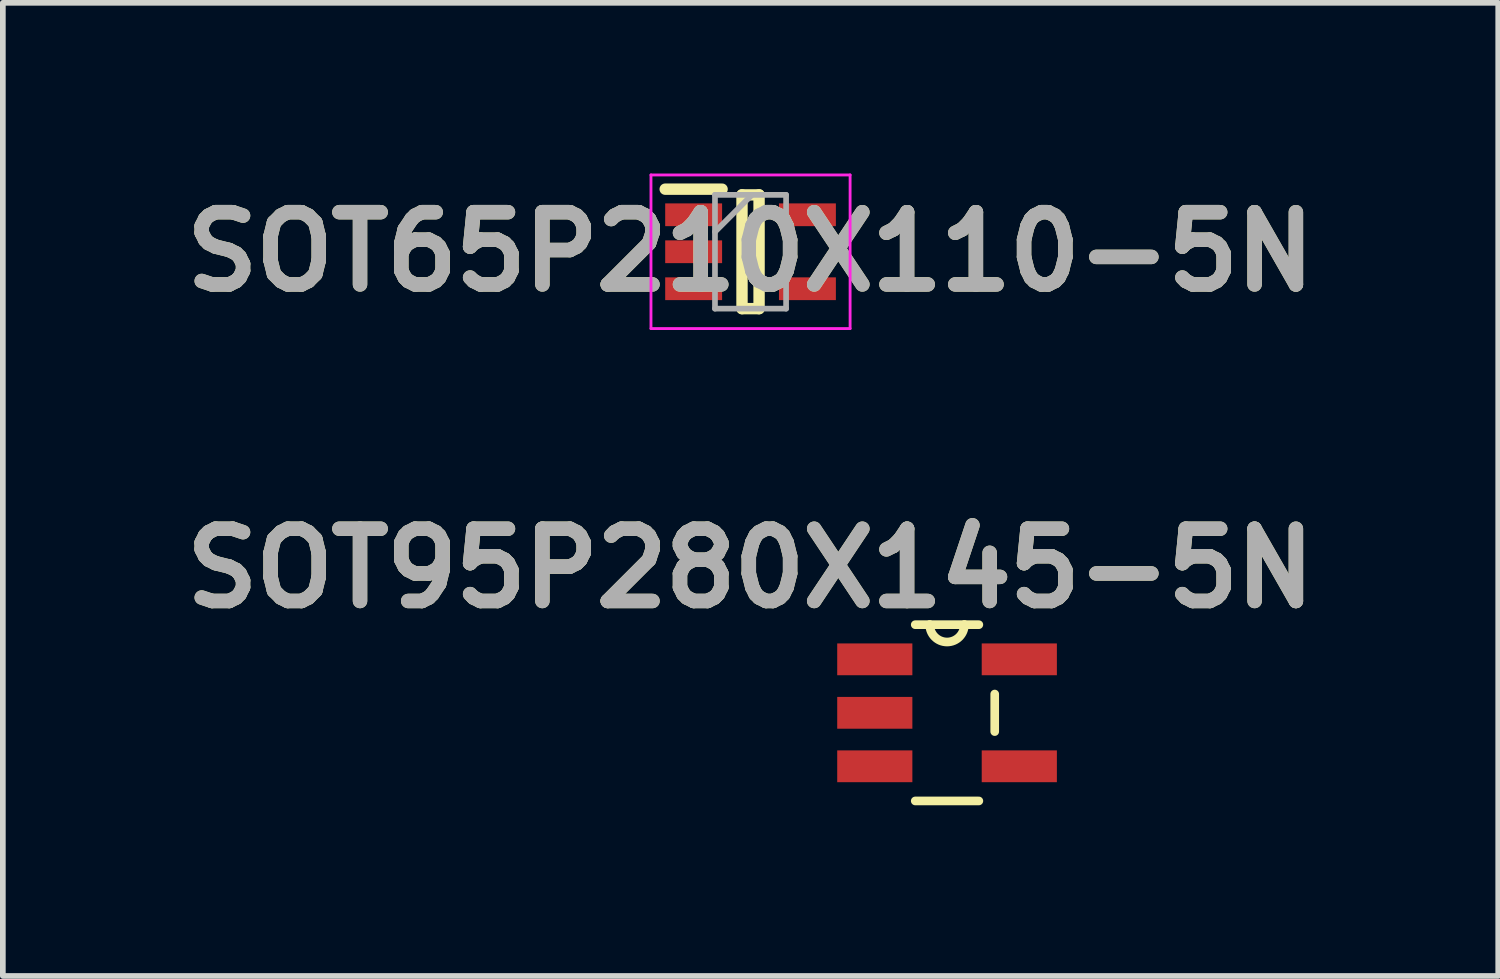
<source format=kicad_pcb>
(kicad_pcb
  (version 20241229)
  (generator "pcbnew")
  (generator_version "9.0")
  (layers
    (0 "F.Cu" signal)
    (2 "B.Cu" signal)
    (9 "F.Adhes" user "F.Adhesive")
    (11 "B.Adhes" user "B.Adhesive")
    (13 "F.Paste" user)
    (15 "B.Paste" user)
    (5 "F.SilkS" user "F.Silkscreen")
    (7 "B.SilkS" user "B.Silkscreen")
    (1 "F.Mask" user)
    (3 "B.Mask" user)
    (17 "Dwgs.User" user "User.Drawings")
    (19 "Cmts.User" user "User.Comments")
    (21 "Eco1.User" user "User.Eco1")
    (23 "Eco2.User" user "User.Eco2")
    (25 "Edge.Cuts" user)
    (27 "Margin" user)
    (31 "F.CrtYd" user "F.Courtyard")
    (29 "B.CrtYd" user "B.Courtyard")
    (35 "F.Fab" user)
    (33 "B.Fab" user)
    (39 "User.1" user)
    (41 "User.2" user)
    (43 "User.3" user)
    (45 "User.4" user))
  (footprint "SOT65P210X110-5N"
    (layer "F.Cu")
    (at 10.142 1.375)
    (property "Reference" "SOT65P210X110-5N" (at 0 0 0) (layer "F.SilkS") (effects (font (size 1.27 1.27) (thickness 0.254))))
    (attr smd)
    (fp_line (start -1.5 -1.1) (end -0.5 -1.1) (stroke (width 0.2) (type solid)) (layer "F.SilkS"))
    (fp_line (start -0.15 -1) (end 0.15 -1) (stroke (width 0.2) (type solid)) (layer "F.SilkS"))
    (fp_line (start -0.15 1) (end -0.15 -1) (stroke (width 0.2) (type solid)) (layer "F.SilkS"))
    (fp_line (start 0.15 -1) (end 0.15 1) (stroke (width 0.2) (type solid)) (layer "F.SilkS"))
    (fp_line (start 0.15 1) (end -0.15 1) (stroke (width 0.2) (type solid)) (layer "F.SilkS"))
    (fp_line (start -1.75 -1.35) (end 1.75 -1.35) (stroke (width 0.05) (type solid)) (layer "F.CrtYd"))
    (fp_line (start -1.75 1.35) (end -1.75 -1.35) (stroke (width 0.05) (type solid)) (layer "F.CrtYd"))
    (fp_line (start 1.75 -1.35) (end 1.75 1.35) (stroke (width 0.05) (type solid)) (layer "F.CrtYd"))
    (fp_line (start 1.75 1.35) (end -1.75 1.35) (stroke (width 0.05) (type solid)) (layer "F.CrtYd"))
    (fp_line (start -0.625 -1) (end 0.625 -1) (stroke (width 0.1) (type solid)) (layer "F.Fab"))
    (fp_line (start -0.625 -0.35) (end 0.025 -1) (stroke (width 0.1) (type solid)) (layer "F.Fab"))
    (fp_line (start -0.625 1) (end -0.625 -1) (stroke (width 0.1) (type solid)) (layer "F.Fab"))
    (fp_line (start 0.625 -1) (end 0.625 1) (stroke (width 0.1) (type solid)) (layer "F.Fab"))
    (fp_line (start 0.625 1) (end -0.625 1) (stroke (width 0.1) (type solid)) (layer "F.Fab"))
    (fp_text user "${REFERENCE}" (at 0 0 0) (layer "F.Fab") (effects (font (size 1.27 1.27) (thickness 0.254))))
    (pad "1" smd rect (at -1 -0.65 90) (size 0.4 1) (layers "F.Cu" "F.Mask" "F.Paste"))
    (pad "2" smd rect (at -1 0 90) (size 0.4 1) (layers "F.Cu" "F.Mask" "F.Paste"))
    (pad "3" smd rect (at -1 0.65 90) (size 0.4 1) (layers "F.Cu" "F.Mask" "F.Paste"))
    (pad "4" smd rect (at 1 0.65 90) (size 0.4 1) (layers "F.Cu" "F.Mask" "F.Paste"))
    (pad "5" smd rect (at 1 -0.65 90) (size 0.4 1) (layers "F.Cu" "F.Mask" "F.Paste")))
  (footprint "SOT95P280X145-5N"
    (layer "F.Cu")
    (at 13.596 9.479)
    (property "Reference" "SOT95P280X145-5N" (at -3.454 -2.54 0) (layer "F.SilkS") (effects (font (size 1.27 1.27) (thickness 0.254))))
    (attr smd)
    (fp_line (start -0.559 1.549) (end 0.559 1.549) (stroke (width 0.152) (type solid)) (layer "F.SilkS"))
    (fp_line (start -0.305 -1.549) (end -0.559 -1.549) (stroke (width 0.152) (type solid)) (layer "F.SilkS"))
    (fp_line (start 0.305 -1.549) (end -0.305 -1.549) (stroke (width 0.152) (type solid)) (layer "F.SilkS"))
    (fp_line (start 0.559 -1.549) (end 0.305 -1.549) (stroke (width 0.152) (type solid)) (layer "F.SilkS"))
    (fp_line (start 0.838 0.33) (end 0.838 -0.33) (stroke (width 0.152) (type solid)) (layer "F.SilkS"))
    (fp_arc (start 0.3048 -1.5494) (mid 0 -1.2446) (end -0.3048 -1.5494) (stroke (width 0.1524) (type solid)) (layer "F.SilkS"))
    (fp_text user "${REFERENCE}" (at -3.454 -2.54 0) (layer "F.Fab") (effects (font (size 1.27 1.27) (thickness 0.254))))
    (pad "1" smd rect (at -1.27 -0.94 90) (size 0.559 1.321) (layers "F.Cu" "F.Mask" "F.Paste"))
    (pad "2" smd rect (at -1.27 0 90) (size 0.559 1.321) (layers "F.Cu" "F.Mask" "F.Paste"))
    (pad "3" smd rect (at -1.27 0.94 90) (size 0.559 1.321) (layers "F.Cu" "F.Mask" "F.Paste"))
    (pad "4" smd rect (at 1.27 0.94 90) (size 0.559 1.321) (layers "F.Cu" "F.Mask" "F.Paste"))
    (pad "5" smd rect (at 1.27 -0.94 90) (size 0.559 1.321) (layers "F.Cu" "F.Mask" "F.Paste")))
  (gr_rect
    (start -3 -3)
    (end 23.284 14.104)
    (stroke (width 0.1) (type default))
    (fill no)
    (layer "Edge.Cuts")))
</source>
